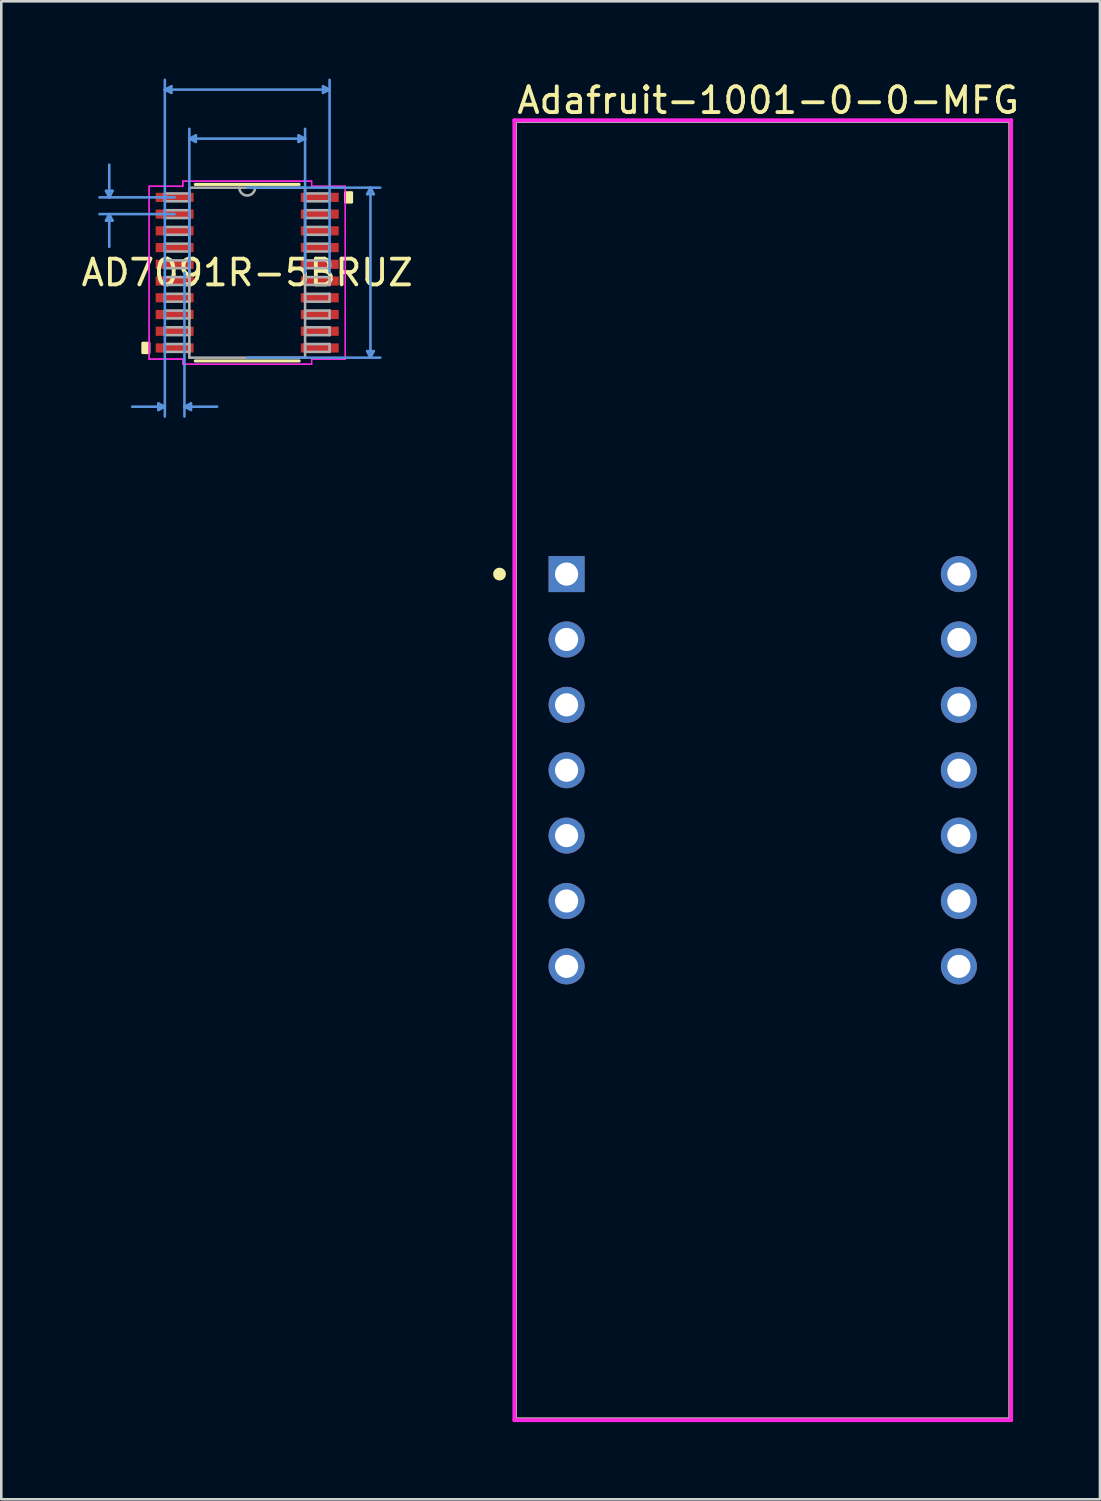
<source format=kicad_pcb>
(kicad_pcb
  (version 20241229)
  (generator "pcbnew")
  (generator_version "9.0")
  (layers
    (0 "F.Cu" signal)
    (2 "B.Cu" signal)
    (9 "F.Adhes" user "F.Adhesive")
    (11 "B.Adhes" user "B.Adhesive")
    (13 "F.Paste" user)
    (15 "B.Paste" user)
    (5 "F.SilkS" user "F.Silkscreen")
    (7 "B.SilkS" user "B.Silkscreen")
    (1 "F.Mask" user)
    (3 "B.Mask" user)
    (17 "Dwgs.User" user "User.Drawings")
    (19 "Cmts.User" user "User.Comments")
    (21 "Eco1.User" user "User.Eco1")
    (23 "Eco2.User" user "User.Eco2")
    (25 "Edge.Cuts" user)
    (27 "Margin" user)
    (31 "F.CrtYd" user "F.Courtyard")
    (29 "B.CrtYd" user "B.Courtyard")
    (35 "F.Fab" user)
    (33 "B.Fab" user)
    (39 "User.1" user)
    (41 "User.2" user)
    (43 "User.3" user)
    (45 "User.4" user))
  (footprint "AD7091R-5BRUZ"
    (layer "F.Cu")
    (at 6.554 7.543)
    (property "Reference" "AD7091R-5BRUZ" (at 0 0 0) (layer "F.SilkS") (effects (font (size 1 1) (thickness 0.15))))
    (attr smd)
    (fp_line (start -2.017 3.429) (end 2.017 3.429) (stroke (width 0.12) (type solid)) (layer "F.SilkS"))
    (fp_line (start 2.017 -3.429) (end -2.017 -3.429) (stroke (width 0.12) (type solid)) (layer "F.SilkS"))
    (fp_poly (pts (xy -4.064 2.734) (xy -4.064 3.115) (xy -3.81 3.115) (xy -3.81 2.734)) (stroke (width 0.1) (type solid)) (fill yes) (layer "F.SilkS"))
    (fp_poly (pts (xy 4.064 -3.115) (xy 4.064 -2.734) (xy 3.81 -2.734) (xy 3.81 -3.115)) (stroke (width 0.1) (type solid)) (fill yes) (layer "F.SilkS"))
    (fp_line (start -5.486 -3.179) (end -5.232 -3.179) (stroke (width 0.1) (type solid)) (layer "Cmts.User"))
    (fp_line (start -5.486 -2.021) (end -5.232 -2.021) (stroke (width 0.1) (type solid)) (layer "Cmts.User"))
    (fp_line (start -5.359 -2.925) (end -5.486 -3.179) (stroke (width 0.1) (type solid)) (layer "Cmts.User"))
    (fp_line (start -5.359 -2.925) (end -5.359 -4.195) (stroke (width 0.1) (type solid)) (layer "Cmts.User"))
    (fp_line (start -5.359 -2.925) (end -5.232 -3.179) (stroke (width 0.1) (type solid)) (layer "Cmts.User"))
    (fp_line (start -5.359 -2.275) (end -5.486 -2.021) (stroke (width 0.1) (type solid)) (layer "Cmts.User"))
    (fp_line (start -5.359 -2.275) (end -5.359 -1.005) (stroke (width 0.1) (type solid)) (layer "Cmts.User"))
    (fp_line (start -5.359 -2.275) (end -5.232 -2.021) (stroke (width 0.1) (type solid)) (layer "Cmts.User"))
    (fp_line (start -3.454 5.08) (end -3.454 5.334) (stroke (width 0.1) (type solid)) (layer "Cmts.User"))
    (fp_line (start -3.2 -7.112) (end -2.946 -7.239) (stroke (width 0.1) (type solid)) (layer "Cmts.User"))
    (fp_line (start -3.2 -7.112) (end -2.946 -6.985) (stroke (width 0.1) (type solid)) (layer "Cmts.User"))
    (fp_line (start -3.2 -7.112) (end 3.2 -7.112) (stroke (width 0.1) (type solid)) (layer "Cmts.User"))
    (fp_line (start -3.2 0) (end -3.2 -7.493) (stroke (width 0.1) (type solid)) (layer "Cmts.User"))
    (fp_line (start -3.2 0) (end -3.2 5.588) (stroke (width 0.1) (type solid)) (layer "Cmts.User"))
    (fp_line (start -3.2 5.207) (end -4.47 5.207) (stroke (width 0.1) (type solid)) (layer "Cmts.User"))
    (fp_line (start -3.2 5.207) (end -3.454 5.08) (stroke (width 0.1) (type solid)) (layer "Cmts.User"))
    (fp_line (start -3.2 5.207) (end -3.454 5.334) (stroke (width 0.1) (type solid)) (layer "Cmts.User"))
    (fp_line (start -2.946 -7.239) (end -2.946 -6.985) (stroke (width 0.1) (type solid)) (layer "Cmts.User"))
    (fp_line (start -2.819 -2.925) (end -5.74 -2.925) (stroke (width 0.1) (type solid)) (layer "Cmts.User"))
    (fp_line (start -2.819 -2.275) (end -5.74 -2.275) (stroke (width 0.1) (type solid)) (layer "Cmts.User"))
    (fp_line (start -2.438 0) (end -2.438 5.588) (stroke (width 0.1) (type solid)) (layer "Cmts.User"))
    (fp_line (start -2.438 5.207) (end -2.184 5.08) (stroke (width 0.1) (type solid)) (layer "Cmts.User"))
    (fp_line (start -2.438 5.207) (end -2.184 5.334) (stroke (width 0.1) (type solid)) (layer "Cmts.User"))
    (fp_line (start -2.438 5.207) (end -1.168 5.207) (stroke (width 0.1) (type solid)) (layer "Cmts.User"))
    (fp_line (start -2.248 -5.207) (end -1.994 -5.334) (stroke (width 0.1) (type solid)) (layer "Cmts.User"))
    (fp_line (start -2.248 -5.207) (end -1.994 -5.08) (stroke (width 0.1) (type solid)) (layer "Cmts.User"))
    (fp_line (start -2.248 -5.207) (end 2.248 -5.207) (stroke (width 0.1) (type solid)) (layer "Cmts.User"))
    (fp_line (start -2.248 0) (end -2.248 -5.588) (stroke (width 0.1) (type solid)) (layer "Cmts.User"))
    (fp_line (start -2.184 5.08) (end -2.184 5.334) (stroke (width 0.1) (type solid)) (layer "Cmts.User"))
    (fp_line (start -1.994 -5.334) (end -1.994 -5.08) (stroke (width 0.1) (type solid)) (layer "Cmts.User"))
    (fp_line (start 0 -3.302) (end 5.169 -3.302) (stroke (width 0.1) (type solid)) (layer "Cmts.User"))
    (fp_line (start 0 3.302) (end 5.169 3.302) (stroke (width 0.1) (type solid)) (layer "Cmts.User"))
    (fp_line (start 1.994 -5.334) (end 1.994 -5.08) (stroke (width 0.1) (type solid)) (layer "Cmts.User"))
    (fp_line (start 2.248 -5.207) (end 1.994 -5.334) (stroke (width 0.1) (type solid)) (layer "Cmts.User"))
    (fp_line (start 2.248 -5.207) (end 1.994 -5.08) (stroke (width 0.1) (type solid)) (layer "Cmts.User"))
    (fp_line (start 2.248 0) (end 2.248 -5.588) (stroke (width 0.1) (type solid)) (layer "Cmts.User"))
    (fp_line (start 2.946 -7.239) (end 2.946 -6.985) (stroke (width 0.1) (type solid)) (layer "Cmts.User"))
    (fp_line (start 3.2 -7.112) (end 2.946 -7.239) (stroke (width 0.1) (type solid)) (layer "Cmts.User"))
    (fp_line (start 3.2 -7.112) (end 2.946 -6.985) (stroke (width 0.1) (type solid)) (layer "Cmts.User"))
    (fp_line (start 3.2 0) (end 3.2 -7.493) (stroke (width 0.1) (type solid)) (layer "Cmts.User"))
    (fp_line (start 4.661 -3.048) (end 4.915 -3.048) (stroke (width 0.1) (type solid)) (layer "Cmts.User"))
    (fp_line (start 4.661 3.048) (end 4.915 3.048) (stroke (width 0.1) (type solid)) (layer "Cmts.User"))
    (fp_line (start 4.788 -3.302) (end 4.661 -3.048) (stroke (width 0.1) (type solid)) (layer "Cmts.User"))
    (fp_line (start 4.788 -3.302) (end 4.788 3.302) (stroke (width 0.1) (type solid)) (layer "Cmts.User"))
    (fp_line (start 4.788 -3.302) (end 4.915 -3.048) (stroke (width 0.1) (type solid)) (layer "Cmts.User"))
    (fp_line (start 4.788 3.302) (end 4.661 3.048) (stroke (width 0.1) (type solid)) (layer "Cmts.User"))
    (fp_line (start 4.788 3.302) (end 4.915 3.048) (stroke (width 0.1) (type solid)) (layer "Cmts.User"))
    (fp_line (start -3.81 -3.357) (end -2.502 -3.357) (stroke (width 0.05) (type solid)) (layer "F.CrtYd"))
    (fp_line (start -3.81 -3.357) (end -2.502 -3.357) (stroke (width 0.05) (type solid)) (layer "F.CrtYd"))
    (fp_line (start -3.81 3.357) (end -3.81 -3.357) (stroke (width 0.05) (type solid)) (layer "F.CrtYd"))
    (fp_line (start -3.81 3.357) (end -3.81 -3.357) (stroke (width 0.05) (type solid)) (layer "F.CrtYd"))
    (fp_line (start -3.81 3.357) (end -2.502 3.357) (stroke (width 0.05) (type solid)) (layer "F.CrtYd"))
    (fp_line (start -2.502 -3.556) (end 2.502 -3.556) (stroke (width 0.05) (type solid)) (layer "F.CrtYd"))
    (fp_line (start -2.502 -3.556) (end 2.502 -3.556) (stroke (width 0.05) (type solid)) (layer "F.CrtYd"))
    (fp_line (start -2.502 -3.357) (end -2.502 -3.556) (stroke (width 0.05) (type solid)) (layer "F.CrtYd"))
    (fp_line (start -2.502 -3.357) (end -2.502 -3.556) (stroke (width 0.05) (type solid)) (layer "F.CrtYd"))
    (fp_line (start -2.502 3.357) (end -3.81 3.357) (stroke (width 0.05) (type solid)) (layer "F.CrtYd"))
    (fp_line (start -2.502 3.556) (end -2.502 3.357) (stroke (width 0.05) (type solid)) (layer "F.CrtYd"))
    (fp_line (start -2.502 3.556) (end -2.502 3.357) (stroke (width 0.05) (type solid)) (layer "F.CrtYd"))
    (fp_line (start 2.502 -3.556) (end 2.502 -3.357) (stroke (width 0.05) (type solid)) (layer "F.CrtYd"))
    (fp_line (start 2.502 -3.556) (end 2.502 -3.357) (stroke (width 0.05) (type solid)) (layer "F.CrtYd"))
    (fp_line (start 2.502 -3.357) (end 3.81 -3.357) (stroke (width 0.05) (type solid)) (layer "F.CrtYd"))
    (fp_line (start 2.502 3.357) (end 2.502 3.556) (stroke (width 0.05) (type solid)) (layer "F.CrtYd"))
    (fp_line (start 2.502 3.357) (end 2.502 3.556) (stroke (width 0.05) (type solid)) (layer "F.CrtYd"))
    (fp_line (start 2.502 3.556) (end -2.502 3.556) (stroke (width 0.05) (type solid)) (layer "F.CrtYd"))
    (fp_line (start 2.502 3.556) (end -2.502 3.556) (stroke (width 0.05) (type solid)) (layer "F.CrtYd"))
    (fp_line (start 3.81 -3.357) (end 2.502 -3.357) (stroke (width 0.05) (type solid)) (layer "F.CrtYd"))
    (fp_line (start 3.81 -3.357) (end 3.81 3.357) (stroke (width 0.05) (type solid)) (layer "F.CrtYd"))
    (fp_line (start 3.81 -3.357) (end 3.81 3.357) (stroke (width 0.05) (type solid)) (layer "F.CrtYd"))
    (fp_line (start 3.81 3.357) (end 2.502 3.357) (stroke (width 0.05) (type solid)) (layer "F.CrtYd"))
    (fp_line (start 3.81 3.357) (end 2.502 3.357) (stroke (width 0.05) (type solid)) (layer "F.CrtYd"))
    (fp_line (start -3.2 -3.077) (end -3.2 -2.773) (stroke (width 0.1) (type solid)) (layer "F.Fab"))
    (fp_line (start -3.2 -2.773) (end -2.248 -2.773) (stroke (width 0.1) (type solid)) (layer "F.Fab"))
    (fp_line (start -3.2 -2.427) (end -3.2 -2.123) (stroke (width 0.1) (type solid)) (layer "F.Fab"))
    (fp_line (start -3.2 -2.123) (end -2.248 -2.123) (stroke (width 0.1) (type solid)) (layer "F.Fab"))
    (fp_line (start -3.2 -1.777) (end -3.2 -1.473) (stroke (width 0.1) (type solid)) (layer "F.Fab"))
    (fp_line (start -3.2 -1.473) (end -2.248 -1.473) (stroke (width 0.1) (type solid)) (layer "F.Fab"))
    (fp_line (start -3.2 -1.127) (end -3.2 -0.823) (stroke (width 0.1) (type solid)) (layer "F.Fab"))
    (fp_line (start -3.2 -0.823) (end -2.248 -0.823) (stroke (width 0.1) (type solid)) (layer "F.Fab"))
    (fp_line (start -3.2 -0.477) (end -3.2 -0.173) (stroke (width 0.1) (type solid)) (layer "F.Fab"))
    (fp_line (start -3.2 -0.173) (end -2.248 -0.173) (stroke (width 0.1) (type solid)) (layer "F.Fab"))
    (fp_line (start -3.2 0.173) (end -3.2 0.477) (stroke (width 0.1) (type solid)) (layer "F.Fab"))
    (fp_line (start -3.2 0.477) (end -2.248 0.477) (stroke (width 0.1) (type solid)) (layer "F.Fab"))
    (fp_line (start -3.2 0.823) (end -3.2 1.127) (stroke (width 0.1) (type solid)) (layer "F.Fab"))
    (fp_line (start -3.2 1.127) (end -2.248 1.127) (stroke (width 0.1) (type solid)) (layer "F.Fab"))
    (fp_line (start -3.2 1.473) (end -3.2 1.777) (stroke (width 0.1) (type solid)) (layer "F.Fab"))
    (fp_line (start -3.2 1.777) (end -2.248 1.777) (stroke (width 0.1) (type solid)) (layer "F.Fab"))
    (fp_line (start -3.2 2.123) (end -3.2 2.427) (stroke (width 0.1) (type solid)) (layer "F.Fab"))
    (fp_line (start -3.2 2.427) (end -2.248 2.427) (stroke (width 0.1) (type solid)) (layer "F.Fab"))
    (fp_line (start -3.2 2.773) (end -3.2 3.077) (stroke (width 0.1) (type solid)) (layer "F.Fab"))
    (fp_line (start -3.2 3.077) (end -2.248 3.077) (stroke (width 0.1) (type solid)) (layer "F.Fab"))
    (fp_line (start -2.248 -3.302) (end -2.248 3.302) (stroke (width 0.1) (type solid)) (layer "F.Fab"))
    (fp_line (start -2.248 -3.077) (end -3.2 -3.077) (stroke (width 0.1) (type solid)) (layer "F.Fab"))
    (fp_line (start -2.248 -2.773) (end -2.248 -3.077) (stroke (width 0.1) (type solid)) (layer "F.Fab"))
    (fp_line (start -2.248 -2.427) (end -3.2 -2.427) (stroke (width 0.1) (type solid)) (layer "F.Fab"))
    (fp_line (start -2.248 -2.123) (end -2.248 -2.427) (stroke (width 0.1) (type solid)) (layer "F.Fab"))
    (fp_line (start -2.248 -1.777) (end -3.2 -1.777) (stroke (width 0.1) (type solid)) (layer "F.Fab"))
    (fp_line (start -2.248 -1.473) (end -2.248 -1.777) (stroke (width 0.1) (type solid)) (layer "F.Fab"))
    (fp_line (start -2.248 -1.127) (end -3.2 -1.127) (stroke (width 0.1) (type solid)) (layer "F.Fab"))
    (fp_line (start -2.248 -0.823) (end -2.248 -1.127) (stroke (width 0.1) (type solid)) (layer "F.Fab"))
    (fp_line (start -2.248 -0.477) (end -3.2 -0.477) (stroke (width 0.1) (type solid)) (layer "F.Fab"))
    (fp_line (start -2.248 -0.173) (end -2.248 -0.477) (stroke (width 0.1) (type solid)) (layer "F.Fab"))
    (fp_line (start -2.248 0.173) (end -3.2 0.173) (stroke (width 0.1) (type solid)) (layer "F.Fab"))
    (fp_line (start -2.248 0.477) (end -2.248 0.173) (stroke (width 0.1) (type solid)) (layer "F.Fab"))
    (fp_line (start -2.248 0.823) (end -3.2 0.823) (stroke (width 0.1) (type solid)) (layer "F.Fab"))
    (fp_line (start -2.248 1.127) (end -2.248 0.823) (stroke (width 0.1) (type solid)) (layer "F.Fab"))
    (fp_line (start -2.248 1.473) (end -3.2 1.473) (stroke (width 0.1) (type solid)) (layer "F.Fab"))
    (fp_line (start -2.248 1.777) (end -2.248 1.473) (stroke (width 0.1) (type solid)) (layer "F.Fab"))
    (fp_line (start -2.248 2.123) (end -3.2 2.123) (stroke (width 0.1) (type solid)) (layer "F.Fab"))
    (fp_line (start -2.248 2.427) (end -2.248 2.123) (stroke (width 0.1) (type solid)) (layer "F.Fab"))
    (fp_line (start -2.248 2.773) (end -3.2 2.773) (stroke (width 0.1) (type solid)) (layer "F.Fab"))
    (fp_line (start -2.248 3.077) (end -2.248 2.773) (stroke (width 0.1) (type solid)) (layer "F.Fab"))
    (fp_line (start -2.248 3.302) (end 2.248 3.302) (stroke (width 0.1) (type solid)) (layer "F.Fab"))
    (fp_line (start 2.248 -3.302) (end -2.248 -3.302) (stroke (width 0.1) (type solid)) (layer "F.Fab"))
    (fp_line (start 2.248 -3.077) (end 2.248 -2.773) (stroke (width 0.1) (type solid)) (layer "F.Fab"))
    (fp_line (start 2.248 -2.773) (end 3.2 -2.773) (stroke (width 0.1) (type solid)) (layer "F.Fab"))
    (fp_line (start 2.248 -2.427) (end 2.248 -2.123) (stroke (width 0.1) (type solid)) (layer "F.Fab"))
    (fp_line (start 2.248 -2.123) (end 3.2 -2.123) (stroke (width 0.1) (type solid)) (layer "F.Fab"))
    (fp_line (start 2.248 -1.777) (end 2.248 -1.473) (stroke (width 0.1) (type solid)) (layer "F.Fab"))
    (fp_line (start 2.248 -1.473) (end 3.2 -1.473) (stroke (width 0.1) (type solid)) (layer "F.Fab"))
    (fp_line (start 2.248 -1.127) (end 2.248 -0.823) (stroke (width 0.1) (type solid)) (layer "F.Fab"))
    (fp_line (start 2.248 -0.823) (end 3.2 -0.823) (stroke (width 0.1) (type solid)) (layer "F.Fab"))
    (fp_line (start 2.248 -0.477) (end 2.248 -0.173) (stroke (width 0.1) (type solid)) (layer "F.Fab"))
    (fp_line (start 2.248 -0.173) (end 3.2 -0.173) (stroke (width 0.1) (type solid)) (layer "F.Fab"))
    (fp_line (start 2.248 0.173) (end 2.248 0.477) (stroke (width 0.1) (type solid)) (layer "F.Fab"))
    (fp_line (start 2.248 0.477) (end 3.2 0.477) (stroke (width 0.1) (type solid)) (layer "F.Fab"))
    (fp_line (start 2.248 0.823) (end 2.248 1.127) (stroke (width 0.1) (type solid)) (layer "F.Fab"))
    (fp_line (start 2.248 1.127) (end 3.2 1.127) (stroke (width 0.1) (type solid)) (layer "F.Fab"))
    (fp_line (start 2.248 1.473) (end 2.248 1.777) (stroke (width 0.1) (type solid)) (layer "F.Fab"))
    (fp_line (start 2.248 1.777) (end 3.2 1.777) (stroke (width 0.1) (type solid)) (layer "F.Fab"))
    (fp_line (start 2.248 2.123) (end 2.248 2.427) (stroke (width 0.1) (type solid)) (layer "F.Fab"))
    (fp_line (start 2.248 2.427) (end 3.2 2.427) (stroke (width 0.1) (type solid)) (layer "F.Fab"))
    (fp_line (start 2.248 2.773) (end 2.248 3.077) (stroke (width 0.1) (type solid)) (layer "F.Fab"))
    (fp_line (start 2.248 3.077) (end 3.2 3.077) (stroke (width 0.1) (type solid)) (layer "F.Fab"))
    (fp_line (start 2.248 3.302) (end 2.248 -3.302) (stroke (width 0.1) (type solid)) (layer "F.Fab"))
    (fp_line (start 3.2 -3.077) (end 2.248 -3.077) (stroke (width 0.1) (type solid)) (layer "F.Fab"))
    (fp_line (start 3.2 -2.773) (end 3.2 -3.077) (stroke (width 0.1) (type solid)) (layer "F.Fab"))
    (fp_line (start 3.2 -2.427) (end 2.248 -2.427) (stroke (width 0.1) (type solid)) (layer "F.Fab"))
    (fp_line (start 3.2 -2.123) (end 3.2 -2.427) (stroke (width 0.1) (type solid)) (layer "F.Fab"))
    (fp_line (start 3.2 -1.777) (end 2.248 -1.777) (stroke (width 0.1) (type solid)) (layer "F.Fab"))
    (fp_line (start 3.2 -1.473) (end 3.2 -1.777) (stroke (width 0.1) (type solid)) (layer "F.Fab"))
    (fp_line (start 3.2 -1.127) (end 2.248 -1.127) (stroke (width 0.1) (type solid)) (layer "F.Fab"))
    (fp_line (start 3.2 -0.823) (end 3.2 -1.127) (stroke (width 0.1) (type solid)) (layer "F.Fab"))
    (fp_line (start 3.2 -0.477) (end 2.248 -0.477) (stroke (width 0.1) (type solid)) (layer "F.Fab"))
    (fp_line (start 3.2 -0.173) (end 3.2 -0.477) (stroke (width 0.1) (type solid)) (layer "F.Fab"))
    (fp_line (start 3.2 0.173) (end 2.248 0.173) (stroke (width 0.1) (type solid)) (layer "F.Fab"))
    (fp_line (start 3.2 0.477) (end 3.2 0.173) (stroke (width 0.1) (type solid)) (layer "F.Fab"))
    (fp_line (start 3.2 0.823) (end 2.248 0.823) (stroke (width 0.1) (type solid)) (layer "F.Fab"))
    (fp_line (start 3.2 1.127) (end 3.2 0.823) (stroke (width 0.1) (type solid)) (layer "F.Fab"))
    (fp_line (start 3.2 1.473) (end 2.248 1.473) (stroke (width 0.1) (type solid)) (layer "F.Fab"))
    (fp_line (start 3.2 1.777) (end 3.2 1.473) (stroke (width 0.1) (type solid)) (layer "F.Fab"))
    (fp_line (start 3.2 2.123) (end 2.248 2.123) (stroke (width 0.1) (type solid)) (layer "F.Fab"))
    (fp_line (start 3.2 2.427) (end 3.2 2.123) (stroke (width 0.1) (type solid)) (layer "F.Fab"))
    (fp_line (start 3.2 2.773) (end 2.248 2.773) (stroke (width 0.1) (type solid)) (layer "F.Fab"))
    (fp_line (start 3.2 3.077) (end 3.2 2.773) (stroke (width 0.1) (type solid)) (layer "F.Fab"))
    (fp_arc (start 0.3048 -3.302) (mid 0 -2.9972) (end -0.3048 -3.302) (stroke (width 0.1) (type solid)) (layer "F.Fab"))
    (pad "1" smd rect (at -2.819 -2.925) (size 1.473 0.356) (layers "F.Cu" "F.Mask" "F.Paste"))
    (pad "2" smd rect (at -2.819 -2.275) (size 1.473 0.356) (layers "F.Cu" "F.Mask" "F.Paste"))
    (pad "3" smd rect (at -2.819 -1.625) (size 1.473 0.356) (layers "F.Cu" "F.Mask" "F.Paste"))
    (pad "4" smd rect (at -2.819 -0.975) (size 1.473 0.356) (layers "F.Cu" "F.Mask" "F.Paste"))
    (pad "5" smd rect (at -2.819 -0.325) (size 1.473 0.356) (layers "F.Cu" "F.Mask" "F.Paste"))
    (pad "6" smd rect (at -2.819 0.325) (size 1.473 0.356) (layers "F.Cu" "F.Mask" "F.Paste"))
    (pad "7" smd rect (at -2.819 0.975) (size 1.473 0.356) (layers "F.Cu" "F.Mask" "F.Paste"))
    (pad "8" smd rect (at -2.819 1.625) (size 1.473 0.356) (layers "F.Cu" "F.Mask" "F.Paste"))
    (pad "9" smd rect (at -2.819 2.275) (size 1.473 0.356) (layers "F.Cu" "F.Mask" "F.Paste"))
    (pad "10" smd rect (at -2.819 2.925) (size 1.473 0.356) (layers "F.Cu" "F.Mask" "F.Paste"))
    (pad "11" smd rect (at 2.819 2.925) (size 1.473 0.356) (layers "F.Cu" "F.Mask" "F.Paste"))
    (pad "12" smd rect (at 2.819 2.275) (size 1.473 0.356) (layers "F.Cu" "F.Mask" "F.Paste"))
    (pad "13" smd rect (at 2.819 1.625) (size 1.473 0.356) (layers "F.Cu" "F.Mask" "F.Paste"))
    (pad "14" smd rect (at 2.819 0.975) (size 1.473 0.356) (layers "F.Cu" "F.Mask" "F.Paste"))
    (pad "15" smd rect (at 2.819 0.325) (size 1.473 0.356) (layers "F.Cu" "F.Mask" "F.Paste"))
    (pad "16" smd rect (at 2.819 -0.325) (size 1.473 0.356) (layers "F.Cu" "F.Mask" "F.Paste"))
    (pad "17" smd rect (at 2.819 -0.975) (size 1.473 0.356) (layers "F.Cu" "F.Mask" "F.Paste"))
    (pad "18" smd rect (at 2.819 -1.625) (size 1.473 0.356) (layers "F.Cu" "F.Mask" "F.Paste"))
    (pad "19" smd rect (at 2.819 -2.275) (size 1.473 0.356) (layers "F.Cu" "F.Mask" "F.Paste"))
    (pad "20" smd rect (at 2.819 -2.925) (size 1.473 0.356) (layers "F.Cu" "F.Mask" "F.Paste")))
  (footprint "Adafruit-1001-0-0-MFG"
    (layer "F.Cu")
    (at 26.582 26.873)
    (property "Reference" "Adafruit-1001-0-0-MFG" (at -9.625 -26.025 0) (layer "F.SilkS") (effects (font (size 1 1) (thickness 0.15)) (justify left)))
    (attr through_hole)
    (fp_line (start -9.625 -25.225) (end 9.625 -25.225) (stroke (width 0.15) (type solid)) (layer "F.SilkS"))
    (fp_line (start -9.625 25.225) (end -9.625 -25.225) (stroke (width 0.15) (type solid)) (layer "F.SilkS"))
    (fp_line (start -9.625 25.225) (end 9.625 25.225) (stroke (width 0.15) (type solid)) (layer "F.SilkS"))
    (fp_line (start 9.625 25.225) (end 9.625 -25.225) (stroke (width 0.15) (type solid)) (layer "F.SilkS"))
    (fp_circle (center -10.225 -7.62) (end -10.1 -7.62) (stroke (width 0.25) (type solid)) (fill no) (layer "F.SilkS"))
    (fp_line (start -9.65 -25.25) (end -9.65 25.25) (stroke (width 0.15) (type solid)) (layer "F.CrtYd"))
    (fp_line (start -9.65 25.25) (end 9.65 25.25) (stroke (width 0.15) (type solid)) (layer "F.CrtYd"))
    (fp_line (start 9.65 -25.25) (end -9.65 -25.25) (stroke (width 0.15) (type solid)) (layer "F.CrtYd"))
    (fp_line (start 9.65 -25.25) (end 9.65 -25.25) (stroke (width 0.15) (type solid)) (layer "F.CrtYd"))
    (fp_line (start 9.65 25.25) (end 9.65 -25.25) (stroke (width 0.15) (type solid)) (layer "F.CrtYd"))
    (fp_line (start -9.625 -25.225) (end 9.625 -25.225) (stroke (width 0.15) (type solid)) (layer "F.Fab"))
    (fp_line (start -9.625 25.225) (end -9.625 -25.225) (stroke (width 0.15) (type solid)) (layer "F.Fab"))
    (fp_line (start 9.625 -25.225) (end 9.625 25.225) (stroke (width 0.15) (type solid)) (layer "F.Fab"))
    (fp_line (start 9.625 25.225) (end -9.625 25.225) (stroke (width 0.15) (type solid)) (layer "F.Fab"))
    (pad "1" thru_hole rect (at -7.62 -7.62) (size 1.4 1.4) (drill 0.9) (layers "*.Cu"))
    (pad "2" thru_hole circle (at -7.62 -5.08) (size 1.4 1.4) (drill 0.9) (layers "*.Cu"))
    (pad "3" thru_hole circle (at -7.62 -2.54) (size 1.4 1.4) (drill 0.9) (layers "*.Cu"))
    (pad "4" thru_hole circle (at -7.62 0) (size 1.4 1.4) (drill 0.9) (layers "*.Cu"))
    (pad "5" thru_hole circle (at -7.62 2.54) (size 1.4 1.4) (drill 0.9) (layers "*.Cu"))
    (pad "6" thru_hole circle (at -7.62 5.08) (size 1.4 1.4) (drill 0.9) (layers "*.Cu"))
    (pad "7" thru_hole circle (at -7.62 7.62) (size 1.4 1.4) (drill 0.9) (layers "*.Cu"))
    (pad "8" thru_hole circle (at 7.62 7.62) (size 1.4 1.4) (drill 0.9) (layers "*.Cu"))
    (pad "9" thru_hole circle (at 7.62 5.08) (size 1.4 1.4) (drill 0.9) (layers "*.Cu"))
    (pad "10" thru_hole circle (at 7.62 2.54) (size 1.4 1.4) (drill 0.9) (layers "*.Cu"))
    (pad "11" thru_hole circle (at 7.62 0) (size 1.4 1.4) (drill 0.9) (layers "*.Cu"))
    (pad "12" thru_hole circle (at 7.62 -2.54) (size 1.4 1.4) (drill 0.9) (layers "*.Cu"))
    (pad "13" thru_hole circle (at 7.62 -5.08) (size 1.4 1.4) (drill 0.9) (layers "*.Cu"))
    (pad "14" thru_hole circle (at 7.62 -7.62) (size 1.4 1.4) (drill 0.9) (layers "*.Cu")))
  (gr_rect
    (start -3 -3)
    (end 39.683 55.198)
    (stroke (width 0.1) (type default))
    (fill no)
    (layer "Edge.Cuts")))
</source>
